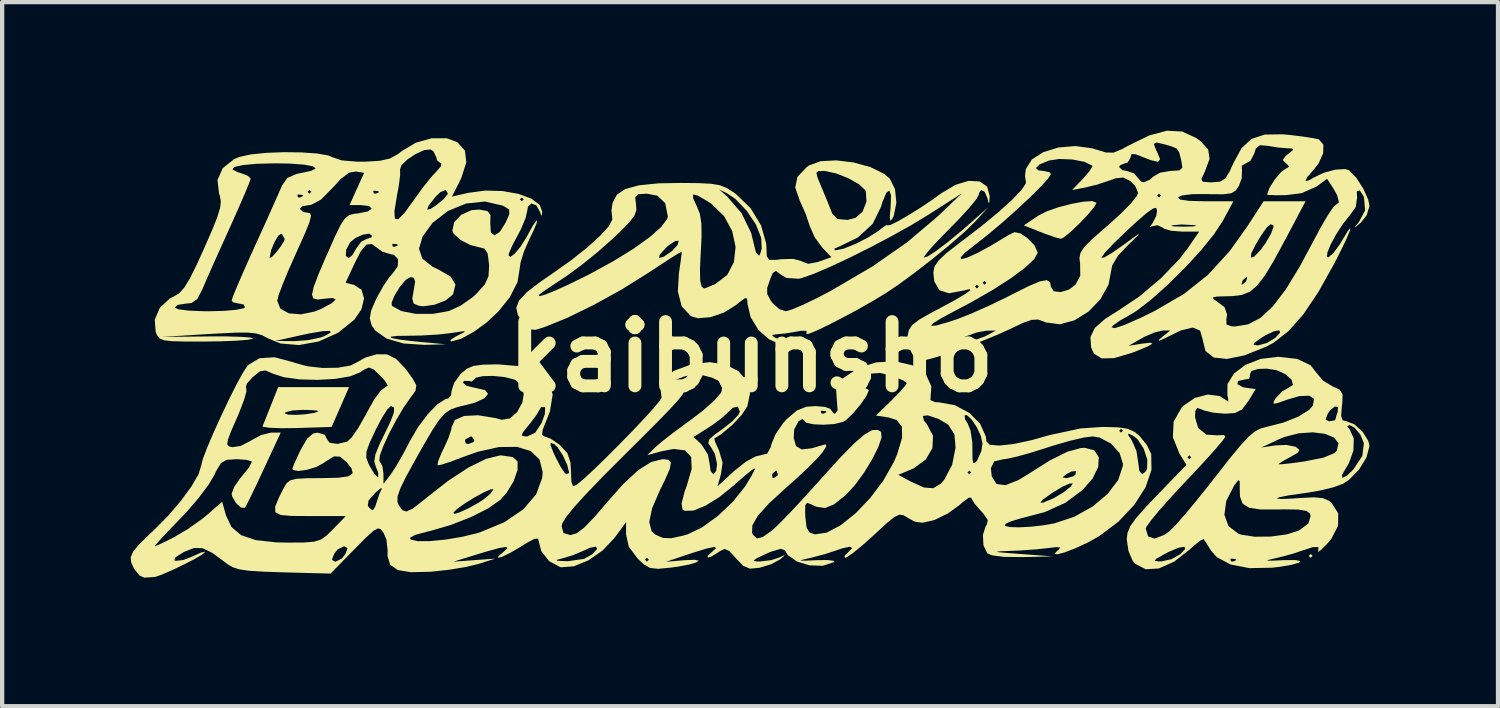
<source format=kicad_pcb>
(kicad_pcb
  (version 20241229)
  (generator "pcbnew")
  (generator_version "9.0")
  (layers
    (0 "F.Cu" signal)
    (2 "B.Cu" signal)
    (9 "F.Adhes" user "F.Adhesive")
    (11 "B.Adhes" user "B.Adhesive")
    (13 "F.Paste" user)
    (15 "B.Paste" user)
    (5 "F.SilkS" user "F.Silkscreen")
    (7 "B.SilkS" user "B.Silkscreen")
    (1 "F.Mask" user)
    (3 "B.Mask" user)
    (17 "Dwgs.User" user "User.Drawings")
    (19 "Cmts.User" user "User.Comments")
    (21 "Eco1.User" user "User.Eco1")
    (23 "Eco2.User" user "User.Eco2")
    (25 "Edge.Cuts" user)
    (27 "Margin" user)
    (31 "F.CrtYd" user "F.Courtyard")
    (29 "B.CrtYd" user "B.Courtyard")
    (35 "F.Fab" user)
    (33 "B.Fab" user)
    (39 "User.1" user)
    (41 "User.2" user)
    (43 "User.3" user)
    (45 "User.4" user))
  (footprint "kaibunsho"
    (layer "F.Cu")
    (at 14.48 5.275)
    (property "Reference" "kaibunsho" (at 0 0 0) (layer "F.SilkS") (effects (font (size 1.5 1.5) (thickness 0.3))))
    (attr board_only exclude_from_pos_files exclude_from_bom)
    (fp_poly (pts (xy 13.098 4.646) (xy 13.054 4.691) (xy 13.01 4.646) (xy 13.054 4.602)) (stroke (width 0) (type solid)) (fill yes) (layer "F.SilkS"))
    (fp_poly (pts (xy 1.121 -0.413) (xy 1.109 -0.36) (xy 1.062 -0.354) (xy 0.989 -0.386) (xy 1.003 -0.413) (xy 1.108 -0.424)) (stroke (width 0) (type solid)) (fill yes) (layer "F.SilkS"))
    (fp_poly (pts (xy 8.052 -3.597) (xy 8.054 -3.589) (xy 7.995 -3.484) (xy 7.846 -3.308) (xy 7.652 -3.104) (xy 7.453 -2.916) (xy 7.293 -2.786) (xy 7.224 -2.753) (xy 7.086 -2.789) (xy 6.855 -2.87) (xy 6.742 -2.914) (xy 6.36 -3.065) (xy 6.698 -3.294) (xy 6.9 -3.396) (xy 7.174 -3.491) (xy 7.472 -3.568) (xy 7.749 -3.619) (xy 7.958 -3.632)) (stroke (width 0) (type solid)) (fill yes) (layer "F.SilkS"))
    (fp_poly (pts (xy -9.588 1.173) (xy -9.791 1.637) (xy -10.613 1.663) (xy -10.965 1.667) (xy -11.234 1.657) (xy -11.385 1.635) (xy -11.403 1.618) (xy -11.355 1.501) (xy -11.282 1.319) (xy -10.886 1.319) (xy -10.809 1.35) (xy -10.625 1.356) (xy -10.4 1.341) (xy -10.2 1.31) (xy -10.097 1.271) (xy -10.153 1.252) (xy -10.338 1.241) (xy -10.473 1.239) (xy -10.715 1.254) (xy -10.864 1.293) (xy -10.886 1.319) (xy -11.282 1.319) (xy -11.266 1.279) (xy -11.206 1.128) (xy -11.039 0.708) (xy -10.212 0.708) (xy -9.385 0.708)) (stroke (width 0) (type solid)) (fill yes) (layer "F.SilkS"))
    (fp_poly (pts (xy 12.738 0.05) (xy 13.049 0.196) (xy 13.194 0.38) (xy 13.342 0.557) (xy 13.559 0.688) (xy 13.731 0.768) (xy 13.798 0.876) (xy 13.792 1.075) (xy 13.783 1.147) (xy 13.764 1.379) (xy 13.8 1.483) (xy 13.888 1.505) (xy 14.075 1.577) (xy 14.265 1.751) (xy 14.398 1.962) (xy 14.425 2.085) (xy 14.356 2.348) (xy 14.181 2.633) (xy 13.945 2.874) (xy 13.81 2.963) (xy 13.583 3.046) (xy 13.253 3.125) (xy 12.913 3.181) (xy 12.541 3.234) (xy 12.322 3.277) (xy 12.262 3.307) (xy 12.366 3.319) (xy 12.637 3.308) (xy 12.785 3.297) (xy 13.124 3.279) (xy 13.34 3.299) (xy 13.486 3.364) (xy 13.542 3.409) (xy 13.696 3.653) (xy 13.693 3.943) (xy 13.534 4.252) (xy 13.445 4.357) (xy 13.297 4.505) (xy 13.225 4.556) (xy 13.229 4.536) (xy 13.235 4.442) (xy 13.106 4.441) (xy 12.861 4.521) (xy 12.604 4.605) (xy 12.3 4.685) (xy 12.257 4.695) (xy 12.077 4.737) (xy 12.038 4.757) (xy 12.152 4.758) (xy 12.42 4.746) (xy 12.695 4.743) (xy 12.809 4.766) (xy 12.776 4.806) (xy 12.608 4.855) (xy 12.319 4.903) (xy 12.154 4.922) (xy 11.624 4.932) (xy 11.185 4.847) (xy 10.946 4.72) (xy 11.181 4.72) (xy 11.193 4.773) (xy 11.24 4.779) (xy 11.313 4.747) (xy 11.299 4.72) (xy 11.194 4.71) (xy 11.181 4.72) (xy 10.946 4.72) (xy 10.863 4.676) (xy 10.735 4.532) (xy 10.623 4.354) (xy 10.558 4.255) (xy 10.557 4.254) (xy 10.483 4.285) (xy 10.328 4.409) (xy 10.243 4.487) (xy 9.867 4.781) (xy 9.513 4.939) (xy 9.204 4.958) (xy 8.961 4.832) (xy 8.899 4.759) (xy 8.899 4.759) (xy 9.412 4.759) (xy 9.501 4.774) (xy 9.571 4.775) (xy 9.81 4.722) (xy 10.013 4.605) (xy 10.128 4.482) (xy 10.105 4.433) (xy 9.966 4.457) (xy 9.736 4.555) (xy 9.647 4.602) (xy 9.456 4.71) (xy 9.412 4.759) (xy 8.899 4.759) (xy 8.802 4.53) (xy 8.762 4.262) (xy 8.779 4.109) (xy 8.822 4.008) (xy 9.204 4.008) (xy 9.26 4.191) (xy 9.412 4.242) (xy 9.638 4.156) (xy 9.755 4.074) (xy 9.886 3.945) (xy 10.098 3.704) (xy 10.112 3.688) (xy 11.04 3.688) (xy 11.135 3.951) (xy 11.366 4.128) (xy 11.435 4.152) (xy 11.745 4.199) (xy 12.127 4.195) (xy 12.499 4.144) (xy 12.78 4.054) (xy 12.782 4.053) (xy 13.001 3.89) (xy 13.052 3.715) (xy 13.037 3.66) (xy 12.957 3.597) (xy 12.762 3.565) (xy 12.426 3.56) (xy 12.298 3.563) (xy 11.884 3.563) (xy 11.616 3.523) (xy 11.466 3.428) (xy 11.404 3.263) (xy 11.398 3.09) (xy 11.398 2.904) (xy 11.366 2.877) (xy 11.278 2.991) (xy 11.271 3) (xy 11.084 3.362) (xy 11.04 3.688) (xy 10.112 3.688) (xy 10.369 3.38) (xy 10.672 3.003) (xy 10.83 2.801) (xy 10.862 2.76) (xy 13.783 2.76) (xy 13.795 2.827) (xy 13.906 2.768) (xy 14.046 2.633) (xy 14.258 2.315) (xy 14.295 2.017) (xy 14.21 1.81) (xy 14.075 1.653) (xy 13.964 1.593) (xy 13.906 1.622) (xy 13.966 1.699) (xy 14.059 1.905) (xy 14.051 2.187) (xy 13.947 2.481) (xy 13.889 2.575) (xy 13.783 2.76) (xy 10.862 2.76) (xy 11.162 2.377) (xy 11.376 2.118) (xy 11.903 2.118) (xy 12.228 2.068) (xy 12.487 2.057) (xy 12.69 2.097) (xy 12.708 2.105) (xy 12.792 2.173) (xy 12.751 2.241) (xy 12.582 2.337) (xy 12.398 2.439) (xy 12.304 2.503) (xy 12.302 2.508) (xy 12.382 2.508) (xy 12.593 2.485) (xy 12.893 2.444) (xy 12.935 2.437) (xy 13.355 2.353) (xy 13.602 2.25) (xy 13.663 2.191) (xy 13.702 2.018) (xy 13.599 1.885) (xy 13.388 1.798) (xy 13.102 1.763) (xy 12.773 1.786) (xy 12.435 1.873) (xy 12.302 1.929) (xy 11.903 2.118) (xy 11.376 2.118) (xy 11.412 2.074) (xy 11.6 1.87) (xy 11.75 1.744) (xy 11.883 1.674) (xy 12.008 1.64) (xy 12.416 1.536) (xy 12.597 1.464) (xy 13.403 1.464) (xy 13.474 1.504) (xy 13.493 1.505) (xy 13.613 1.485) (xy 13.629 1.468) (xy 13.657 1.363) (xy 13.683 1.291) (xy 13.691 1.172) (xy 13.615 1.161) (xy 13.505 1.249) (xy 13.452 1.328) (xy 13.403 1.464) (xy 12.597 1.464) (xy 12.769 1.395) (xy 13.019 1.238) (xy 13.105 1.139) (xy 13.132 0.983) (xy 13.02 0.908) (xy 12.789 0.918) (xy 12.513 0.998) (xy 12.283 1.08) (xy 12.187 1.096) (xy 12.193 1.042) (xy 12.238 0.967) (xy 12.39 0.806) (xy 12.501 0.745) (xy 12.639 0.657) (xy 12.607 0.531) (xy 12.459 0.403) (xy 12.264 0.315) (xy 12.034 0.277) (xy 11.82 0.284) (xy 11.669 0.335) (xy 11.631 0.426) (xy 11.644 0.452) (xy 11.612 0.514) (xy 11.51 0.531) (xy 11.355 0.566) (xy 11.346 0.641) (xy 11.473 0.71) (xy 11.55 0.724) (xy 11.771 0.752) (xy 11.595 1.04) (xy 11.452 1.231) (xy 11.285 1.312) (xy 11.058 1.328) (xy 10.782 1.305) (xy 10.558 1.251) (xy 10.526 1.236) (xy 10.406 1.193) (xy 10.361 1.268) (xy 10.355 1.41) (xy 10.429 1.663) (xy 10.62 1.817) (xy 10.88 1.834) (xy 10.895 1.831) (xy 11.031 1.827) (xy 11.063 1.863) (xy 11.005 1.95) (xy 10.844 2.141) (xy 10.603 2.41) (xy 10.303 2.734) (xy 10.133 2.912) (xy 9.81 3.259) (xy 9.535 3.568) (xy 9.331 3.813) (xy 9.219 3.97) (xy 9.204 4.008) (xy 8.822 4.008) (xy 8.845 3.952) (xy 8.982 3.761) (xy 9.21 3.503) (xy 9.458 3.242) (xy 10.155 2.522) (xy 10.045 2.345) (xy 10.178 2.345) (xy 10.222 2.39) (xy 10.266 2.345) (xy 10.222 2.301) (xy 10.178 2.345) (xy 10.045 2.345) (xy 9.99 2.257) (xy 9.838 1.876) (xy 9.856 1.513) (xy 10.043 1.185) (xy 10.082 1.144) (xy 10.352 0.96) (xy 10.654 0.881) (xy 10.928 0.916) (xy 11.055 0.996) (xy 11.132 1.049) (xy 11.127 0.965) (xy 11.11 0.903) (xy 11.112 0.638) (xy 11.262 0.392) (xy 11.529 0.189) (xy 11.884 0.05) (xy 12.293 0)) (stroke (width 0) (type solid)) (fill yes) (layer "F.SilkS"))
    (fp_poly (pts (xy 2.388 -4.534) (xy 2.781 -4.426) (xy 3.102 -4.268) (xy 3.233 -4.156) (xy 3.354 -3.912) (xy 3.386 -3.595) (xy 3.325 -3.289) (xy 3.292 -3.221) (xy 3.244 -3.169) (xy 3.232 -3.267) (xy 3.251 -3.479) (xy 3.262 -3.762) (xy 3.224 -3.878) (xy 3.151 -3.827) (xy 3.06 -3.607) (xy 3.029 -3.502) (xy 2.834 -3.103) (xy 2.489 -2.785) (xy 2.08 -2.585) (xy 1.937 -2.521) (xy 1.951 -2.487) (xy 1.973 -2.485) (xy 2.159 -2.524) (xy 2.429 -2.632) (xy 2.718 -2.779) (xy 2.964 -2.935) (xy 3.031 -2.989) (xy 3.149 -3.072) (xy 3.186 -3.068) (xy 3.253 -3.078) (xy 3.428 -3.165) (xy 3.675 -3.308) (xy 3.956 -3.483) (xy 4.233 -3.669) (xy 4.425 -3.809) (xy 4.761 -4.011) (xy 5.072 -4.105) (xy 5.33 -4.091) (xy 5.504 -3.973) (xy 5.564 -3.75) (xy 5.564 -3.736) (xy 5.552 -3.585) (xy 5.533 -3.602) (xy 5.513 -3.695) (xy 5.449 -3.846) (xy 5.365 -3.894) (xy 5.313 -3.819) (xy 5.31 -3.781) (xy 5.251 -3.675) (xy 5.09 -3.478) (xy 4.854 -3.221) (xy 4.649 -3.012) (xy 4.381 -2.739) (xy 4.173 -2.514) (xy 4.05 -2.363) (xy 4.027 -2.316) (xy 4.118 -2.342) (xy 4.315 -2.47) (xy 4.593 -2.681) (xy 4.927 -2.957) (xy 5.133 -3.137) (xy 5.531 -3.49) (xy 5.222 -3.152) (xy 4.98 -2.916) (xy 4.634 -2.615) (xy 4.229 -2.283) (xy 3.807 -1.956) (xy 3.412 -1.667) (xy 3.127 -1.477) (xy 2.818 -1.291) (xy 2.473 -1.096) (xy 2.122 -0.908) (xy 1.797 -0.741) (xy 1.528 -0.612) (xy 1.347 -0.537) (xy 1.285 -0.532) (xy 1.287 -0.537) (xy 1.292 -0.605) (xy 1.165 -0.607) (xy 1.065 -0.589) (xy 0.801 -0.545) (xy 0.586 -0.524) (xy 0.483 -0.509) (xy 0.525 -0.463) (xy 0.664 -0.395) (xy 0.805 -0.315) (xy 0.814 -0.275) (xy 0.797 -0.273) (xy 0.627 -0.313) (xy 0.421 -0.404) (xy 0.17 -0.621) (xy -0.016 -0.927) (xy -0.089 -1.242) (xy -0.096 -1.357) (xy -0.146 -1.369) (xy -0.276 -1.273) (xy -0.357 -1.206) (xy -0.637 -1.031) (xy -0.953 -0.924) (xy -1.242 -0.899) (xy -1.408 -0.947) (xy -1.623 -1.177) (xy -1.713 -1.525) (xy -1.688 -1.953) (xy -1.648 -2.22) (xy -1.626 -2.402) (xy -1.626 -2.45) (xy -1.701 -2.411) (xy -1.891 -2.293) (xy -2.165 -2.115) (xy -2.403 -1.958) (xy -3.017 -1.574) (xy -3.666 -1.215) (xy -4.292 -0.909) (xy -4.81 -0.698) (xy -5.034 -0.629) (xy -5.167 -0.638) (xy -5.28 -0.738) (xy -5.319 -0.785) (xy -5.446 -0.974) (xy -5.484 -1.143) (xy -5.419 -1.313) (xy -5.292 -1.447) (xy -4.951 -1.447) (xy -4.944 -1.414) (xy -4.803 -1.452) (xy -4.552 -1.554) (xy -4.214 -1.709) (xy -3.812 -1.908) (xy -3.775 -1.926) (xy -3.228 -2.225) (xy -3.097 -2.305) (xy -2.149 -2.305) (xy -2.041 -2.335) (xy -1.856 -2.462) (xy -1.723 -2.603) (xy -1.691 -2.706) (xy -1.769 -2.704) (xy -1.924 -2.602) (xy -1.99 -2.544) (xy -2.139 -2.379) (xy -2.149 -2.305) (xy -3.097 -2.305) (xy -2.752 -2.518) (xy -2.369 -2.792) (xy -2.098 -3.032) (xy -1.96 -3.221) (xy -1.947 -3.28) (xy -2.008 -3.584) (xy -2.19 -3.759) (xy -2.34 -3.788) (xy -1.359 -3.788) (xy -1.356 -3.699) (xy -1.274 -3.521) (xy -1.199 -3.334) (xy -1.163 -3.104) (xy -1.16 -2.783) (xy -1.177 -2.468) (xy -1.197 -2.047) (xy -1.192 -1.778) (xy -1.158 -1.634) (xy -1.096 -1.593) (xy -1.069 -1.603) (xy 0.371 -1.603) (xy 0.373 -1.462) (xy 0.456 -1.31) (xy 0.492 -1.259) (xy 0.656 -1.11) (xy 0.804 -1.062) (xy 0.949 -1.103) (xy 1.209 -1.213) (xy 1.546 -1.376) (xy 1.865 -1.544) (xy 2.824 -2.105) (xy 3.64 -2.674) (xy 4.346 -3.272) (xy 4.406 -3.328) (xy 4.912 -3.812) (xy 4.139 -3.318) (xy 3.74 -3.075) (xy 3.274 -2.815) (xy 2.778 -2.553) (xy 2.285 -2.307) (xy 1.83 -2.094) (xy 1.447 -1.931) (xy 1.171 -1.835) (xy 1.11 -1.821) (xy 0.822 -1.839) (xy 0.692 -1.917) (xy 0.575 -2.002) (xy 0.503 -1.956) (xy 0.445 -1.82) (xy 0.371 -1.603) (xy -1.069 -1.603) (xy -1.006 -1.626) (xy -0.838 -1.699) (xy -0.56 -1.91) (xy -0.404 -2.211) (xy -0.366 -2.563) (xy -0.444 -2.932) (xy -0.635 -3.281) (xy -0.934 -3.573) (xy -1.011 -3.624) (xy -1.249 -3.761) (xy -1.359 -3.788) (xy -2.34 -3.788) (xy -2.435 -3.806) (xy -2.637 -3.793) (xy -2.707 -3.728) (xy -2.691 -3.565) (xy -2.689 -3.557) (xy -2.68 -3.425) (xy -2.726 -3.295) (xy -2.848 -3.134) (xy -3.07 -2.908) (xy -3.24 -2.748) (xy -3.586 -2.442) (xy -3.965 -2.137) (xy -4.305 -1.887) (xy -4.37 -1.844) (xy -4.639 -1.667) (xy -4.846 -1.526) (xy -4.949 -1.449) (xy -4.951 -1.447) (xy -5.292 -1.447) (xy -5.237 -1.507) (xy -4.923 -1.748) (xy -4.602 -1.969) (xy -4.188 -2.263) (xy -3.822 -2.555) (xy -3.527 -2.823) (xy -3.325 -3.045) (xy -3.242 -3.2) (xy -3.244 -3.234) (xy -3.262 -3.415) (xy -3.237 -3.59) (xy -3.138 -3.779) (xy -2.952 -3.906) (xy -0.752 -3.906) (xy -0.567 -3.745) (xy -0.227 -3.352) (xy -0.002 -2.889) (xy 0.053 -2.662) (xy 0.111 -2.427) (xy 0.179 -2.363) (xy 0.2 -2.377) (xy 0.244 -2.518) (xy 0.234 -2.748) (xy 0.228 -2.783) (xy 0.109 -3.087) (xy -0.109 -3.411) (xy -0.374 -3.686) (xy -0.565 -3.815) (xy -0.752 -3.906) (xy -2.952 -3.906) (xy -2.94 -3.914) (xy -2.622 -4.001) (xy -2.165 -4.047) (xy -1.653 -4.056) (xy -1.228 -4.052) (xy -0.935 -4.037) (xy -0.731 -4.002) (xy -0.572 -3.938) (xy -0.413 -3.838) (xy -0.357 -3.797) (xy -0.017 -3.469) (xy 0.229 -3.065) (xy 0.348 -2.645) (xy 0.354 -2.534) (xy 0.363 -2.341) (xy 0.422 -2.262) (xy 0.582 -2.261) (xy 0.707 -2.277) (xy 0.977 -2.284) (xy 1.165 -2.235) (xy 1.181 -2.224) (xy 1.329 -2.169) (xy 1.559 -2.214) (xy 1.586 -2.223) (xy 1.871 -2.323) (xy 1.65 -2.555) (xy 1.477 -2.794) (xy 1.366 -3.047) (xy 1.364 -3.053) (xy 1.278 -3.312) (xy 1.152 -3.601) (xy 1.13 -3.645) (xy 1.026 -3.95) (xy 1.078 -4.198) (xy 1.172 -4.297) (xy 1.52 -4.297) (xy 1.543 -4.188) (xy 1.635 -3.965) (xy 1.67 -3.883) (xy 1.78 -3.617) (xy 1.867 -3.399) (xy 1.888 -3.341) (xy 2.016 -3.214) (xy 2.246 -3.193) (xy 2.433 -3.242) (xy 2.598 -3.387) (xy 2.688 -3.619) (xy 2.674 -3.852) (xy 2.658 -3.889) (xy 2.516 -4.025) (xy 2.267 -4.166) (xy 1.98 -4.279) (xy 1.72 -4.335) (xy 1.68 -4.337) (xy 1.565 -4.333) (xy 1.52 -4.297) (xy 1.172 -4.297) (xy 1.293 -4.425) (xy 1.348 -4.465) (xy 1.616 -4.563) (xy 1.981 -4.583)) (stroke (width 0) (type solid)) (fill yes) (layer "F.SilkS"))
    (fp_poly (pts (xy -7.102 -5.098) (xy -6.859 -5.008) (xy -6.681 -4.811) (xy -6.649 -4.538) (xy -6.763 -4.178) (xy -6.811 -4.078) (xy -6.985 -3.737) (xy -6.612 -3.824) (xy -6.21 -3.878) (xy -5.804 -3.867) (xy -5.432 -3.801) (xy -5.129 -3.689) (xy -4.933 -3.54) (xy -4.878 -3.383) (xy -4.891 -3.28) (xy -4.92 -3.351) (xy -4.927 -3.378) (xy -5.015 -3.533) (xy -5.129 -3.578) (xy -5.211 -3.503) (xy -5.223 -3.427) (xy -5.266 -3.235) (xy -5.376 -2.974) (xy -5.444 -2.845) (xy -5.572 -2.605) (xy -5.651 -2.423) (xy -5.664 -2.37) (xy -5.623 -2.327) (xy -5.52 -2.404) (xy -5.383 -2.57) (xy -5.242 -2.794) (xy -5.213 -2.848) (xy -5.099 -3.055) (xy -5.014 -3.174) (xy -4.997 -3.186) (xy -5.009 -3.115) (xy -5.086 -2.932) (xy -5.176 -2.746) (xy -5.302 -2.459) (xy -5.383 -2.2) (xy -5.399 -2.088) (xy -5.454 -1.742) (xy -5.633 -1.392) (xy -5.898 -1.06) (xy -6.169 -0.804) (xy -6.476 -0.581) (xy -6.768 -0.421) (xy -6.996 -0.358) (xy -7.01 -0.358) (xy -7.02 -0.392) (xy -6.897 -0.472) (xy -6.859 -0.491) (xy -6.705 -0.569) (xy -6.684 -0.597) (xy -6.811 -0.584) (xy -6.992 -0.555) (xy -7.31 -0.519) (xy -7.699 -0.496) (xy -7.94 -0.492) (xy -8.264 -0.487) (xy -8.415 -0.468) (xy -8.397 -0.438) (xy -8.214 -0.402) (xy -7.87 -0.361) (xy -7.764 -0.35) (xy -7.124 -0.291) (xy -7.636 -0.278) (xy -8.12 -0.311) (xy -8.511 -0.426) (xy -8.778 -0.614) (xy -8.858 -0.734) (xy -8.901 -0.893) (xy -8.872 -1.073) (xy -8.788 -1.268) (xy -8.391 -1.268) (xy -8.386 -1.188) (xy -8.16 -1.065) (xy -7.822 -1.001) (xy -7.429 -1.001) (xy -7.056 -1.067) (xy -6.787 -1.189) (xy -6.504 -1.387) (xy -6.411 -1.472) (xy -6.217 -1.689) (xy -6.131 -1.879) (xy -6.117 -2.12) (xy -6.119 -2.157) (xy -6.15 -2.407) (xy -6.223 -2.522) (xy -6.298 -2.543) (xy -6.55 -2.605) (xy -6.788 -2.728) (xy -6.946 -2.875) (xy -6.974 -2.938) (xy -6.933 -3.139) (xy -6.767 -3.313) (xy -6.528 -3.421) (xy -6.345 -3.435) (xy -6.152 -3.399) (xy -6.085 -3.303) (xy -6.09 -3.12) (xy -6.076 -2.902) (xy -5.993 -2.833) (xy -5.869 -2.912) (xy -5.731 -3.131) (xy -5.645 -3.329) (xy -5.649 -3.433) (xy -5.757 -3.505) (xy -5.808 -3.529) (xy -6.215 -3.623) (xy -6.652 -3.576) (xy -7.074 -3.404) (xy -7.437 -3.125) (xy -7.669 -2.806) (xy -7.753 -2.524) (xy -7.678 -2.293) (xy -7.437 -2.101) (xy -7.293 -2.032) (xy -7.013 -1.869) (xy -6.902 -1.686) (xy -6.955 -1.473) (xy -6.973 -1.444) (xy -7.134 -1.314) (xy -7.387 -1.216) (xy -7.648 -1.178) (xy -7.753 -1.189) (xy -7.878 -1.243) (xy -7.91 -1.355) (xy -7.877 -1.548) (xy -7.843 -1.757) (xy -7.878 -1.844) (xy -7.958 -1.859) (xy -8.066 -1.792) (xy -8.199 -1.632) (xy -8.32 -1.438) (xy -8.391 -1.268) (xy -8.788 -1.268) (xy -8.759 -1.334) (xy -8.733 -1.386) (xy -8.583 -1.654) (xy -8.439 -1.865) (xy -8.37 -1.941) (xy -8.251 -2.107) (xy -8.24 -2.273) (xy -8.335 -2.378) (xy -8.401 -2.39) (xy -8.604 -2.45) (xy -8.705 -2.522) (xy -8.845 -2.626) (xy -8.378 -2.626) (xy -8.366 -2.573) (xy -8.319 -2.567) (xy -8.246 -2.599) (xy -8.26 -2.626) (xy -8.365 -2.636) (xy -8.378 -2.626) (xy -8.845 -2.626) (xy -8.854 -2.633) (xy -8.982 -2.617) (xy -9.113 -2.459) (xy -9.251 -2.19) (xy -9.467 -1.726) (xy -9.269 -1.678) (xy -9.092 -1.562) (xy -9.035 -1.358) (xy -9.097 -1.105) (xy -9.264 -0.864) (xy -9.643 -0.559) (xy -10.088 -0.359) (xy -10.551 -0.273) (xy -10.988 -0.311) (xy -11.129 -0.369) (xy -11.107 -0.369) (xy -10.664 -0.365) (xy -10.342 -0.388) (xy -10.047 -0.45) (xy -9.956 -0.484) (xy -9.812 -0.566) (xy -9.828 -0.604) (xy -9.995 -0.598) (xy -10.301 -0.547) (xy -10.576 -0.488) (xy -11.107 -0.369) (xy -11.129 -0.369) (xy -11.284 -0.433) (xy -11.412 -0.502) (xy -11.556 -0.545) (xy -11.751 -0.564) (xy -12.035 -0.563) (xy -12.444 -0.543) (xy -12.656 -0.531) (xy -13.762 -0.463) (xy -12.642 -0.475) (xy -12.231 -0.475) (xy -11.904 -0.465) (xy -11.691 -0.449) (xy -11.619 -0.426) (xy -11.624 -0.422) (xy -11.749 -0.396) (xy -12.011 -0.375) (xy -12.373 -0.361) (xy -12.769 -0.355) (xy -13.212 -0.356) (xy -13.51 -0.363) (xy -13.696 -0.384) (xy -13.801 -0.425) (xy -13.859 -0.491) (xy -13.897 -0.58) (xy -13.919 -0.866) (xy -13.799 -1.145) (xy -13.793 -1.151) (xy -13.452 -1.151) (xy -13.369 -1.108) (xy -13.138 -1.078) (xy -12.789 -1.063) (xy -12.661 -1.062) (xy -12.303 -1.071) (xy -12.016 -1.096) (xy -11.844 -1.132) (xy -11.815 -1.151) (xy -11.842 -1.22) (xy -11.943 -1.239) (xy -12.089 -1.27) (xy -12.12 -1.31) (xy -11.061 -1.31) (xy -10.989 -1.124) (xy -10.792 -1.014) (xy -10.511 -0.99) (xy -10.183 -1.057) (xy -10.035 -1.117) (xy -9.787 -1.251) (xy -9.697 -1.338) (xy -9.768 -1.372) (xy -9.954 -1.355) (xy -10.119 -1.336) (xy -10.218 -1.36) (xy -10.25 -1.448) (xy -10.212 -1.623) (xy -10.105 -1.91) (xy -9.926 -2.329) (xy -9.914 -2.355) (xy -9.461 -2.355) (xy -9.395 -2.301) (xy -9.308 -2.372) (xy -9.22 -2.522) (xy -9.102 -2.686) (xy -8.985 -2.744) (xy -8.866 -2.786) (xy -8.85 -2.824) (xy -8.915 -2.873) (xy -9.066 -2.849) (xy -9.238 -2.771) (xy -9.359 -2.671) (xy -9.451 -2.5) (xy -9.461 -2.355) (xy -9.914 -2.355) (xy -9.878 -2.436) (xy -9.706 -2.824) (xy -9.581 -3.078) (xy -9.481 -3.229) (xy -9.382 -3.306) (xy -9.263 -3.337) (xy -9.17 -3.346) (xy -8.944 -3.392) (xy -8.939 -3.395) (xy -8.327 -3.395) (xy -8.317 -3.222) (xy -8.238 -3.21) (xy -8.089 -3.359) (xy -8.035 -3.433) (xy -7.565 -3.433) (xy -7.482 -3.451) (xy -7.362 -3.529) (xy -7.186 -3.673) (xy -5.399 -3.673) (xy -5.354 -3.629) (xy -5.31 -3.673) (xy -5.354 -3.717) (xy -5.399 -3.673) (xy -7.186 -3.673) (xy -7.181 -3.676) (xy -7.085 -3.793) (xy -7.08 -3.812) (xy -7.13 -3.891) (xy -7.253 -3.843) (xy -7.363 -3.739) (xy -7.526 -3.531) (xy -7.565 -3.433) (xy -8.035 -3.433) (xy -7.877 -3.652) (xy -7.673 -3.936) (xy -7.472 -4.188) (xy -7.355 -4.314) (xy -7.24 -4.446) (xy -7.233 -4.512) (xy -7.244 -4.514) (xy -7.334 -4.585) (xy -7.346 -4.649) (xy -7.417 -4.796) (xy -7.48 -4.836) (xy -7.627 -4.824) (xy -7.827 -4.733) (xy -8.026 -4.602) (xy -8.165 -4.466) (xy -8.195 -4.373) (xy -8.193 -4.24) (xy -8.224 -3.993) (xy -8.272 -3.731) (xy -8.327 -3.395) (xy -8.939 -3.395) (xy -8.857 -3.458) (xy -8.918 -3.517) (xy -9.111 -3.54) (xy -9.373 -3.54) (xy -9.227 -3.865) (xy -8.821 -3.865) (xy -8.809 -3.812) (xy -8.762 -3.806) (xy -8.689 -3.838) (xy -8.703 -3.865) (xy -8.808 -3.875) (xy -8.821 -3.865) (xy -9.227 -3.865) (xy -9.203 -3.916) (xy -9.034 -4.292) (xy -9.227 -4.323) (xy -9.388 -4.295) (xy -9.581 -4.147) (xy -9.764 -3.947) (xy -10.042 -3.666) (xy -10.267 -3.546) (xy -10.32 -3.54) (xy -10.482 -3.509) (xy -10.532 -3.452) (xy -10.458 -3.379) (xy -10.36 -3.363) (xy -10.293 -3.348) (xy -10.273 -3.286) (xy -10.305 -3.151) (xy -10.398 -2.916) (xy -10.558 -2.557) (xy -10.624 -2.412) (xy -10.796 -2.025) (xy -10.936 -1.686) (xy -11.03 -1.434) (xy -11.061 -1.31) (xy -12.12 -1.31) (xy -12.125 -1.315) (xy -12.09 -1.419) (xy -11.994 -1.653) (xy -11.849 -1.986) (xy -11.698 -2.326) (xy -11.237 -2.326) (xy -11.237 -2.31) (xy -11.192 -2.322) (xy -11.092 -2.428) (xy -10.981 -2.572) (xy -10.901 -2.702) (xy -10.886 -2.748) (xy -10.949 -2.859) (xy -10.966 -2.871) (xy -11.035 -2.827) (xy -11.124 -2.679) (xy -11.202 -2.49) (xy -11.237 -2.326) (xy -11.698 -2.326) (xy -11.67 -2.389) (xy -11.585 -2.576) (xy -11.385 -3.017) (xy -11.205 -3.417) (xy -11.06 -3.742) (xy -11.045 -3.776) (xy -10.591 -3.776) (xy -10.579 -3.723) (xy -10.532 -3.717) (xy -10.459 -3.749) (xy -10.473 -3.776) (xy -10.578 -3.787) (xy -10.591 -3.776) (xy -11.045 -3.776) (xy -11.013 -3.85) (xy -10.355 -3.85) (xy -10.31 -3.806) (xy -10.266 -3.85) (xy -10.31 -3.894) (xy -10.355 -3.85) (xy -11.013 -3.85) (xy -10.967 -3.954) (xy -10.949 -3.996) (xy -10.825 -4.174) (xy -10.605 -4.268) (xy -10.516 -4.285) (xy -10.258 -4.341) (xy -10.166 -4.395) (xy -10.228 -4.444) (xy -10.432 -4.483) (xy -10.769 -4.508) (xy -11.102 -4.514) (xy -11.542 -4.503) (xy -11.865 -4.473) (xy -12.058 -4.429) (xy -12.106 -4.374) (xy -11.997 -4.311) (xy -11.907 -4.285) (xy -11.74 -4.219) (xy -11.682 -4.156) (xy -11.717 -4.052) (xy -11.812 -3.82) (xy -11.955 -3.49) (xy -12.13 -3.096) (xy -12.177 -2.993) (xy -12.374 -2.557) (xy -12.557 -2.15) (xy -12.706 -1.813) (xy -12.802 -1.589) (xy -12.81 -1.571) (xy -12.926 -1.349) (xy -13.06 -1.255) (xy -13.2 -1.239) (xy -13.381 -1.212) (xy -13.452 -1.151) (xy -13.793 -1.151) (xy -13.566 -1.361) (xy -13.473 -1.408) (xy -13.35 -1.481) (xy -13.231 -1.613) (xy -13.098 -1.831) (xy -12.933 -2.164) (xy -12.768 -2.527) (xy -12.58 -2.957) (xy -12.459 -3.261) (xy -12.394 -3.473) (xy -12.377 -3.625) (xy -12.399 -3.753) (xy -12.419 -3.81) (xy -12.455 -4.124) (xy -12.332 -4.402) (xy -12.067 -4.612) (xy -11.945 -4.663) (xy -11.682 -4.721) (xy -11.321 -4.758) (xy -10.911 -4.774) (xy -10.501 -4.769) (xy -10.139 -4.744) (xy -9.873 -4.698) (xy -9.777 -4.658) (xy -9.558 -4.583) (xy -9.197 -4.552) (xy -9.017 -4.552) (xy -8.668 -4.573) (xy -8.432 -4.626) (xy -8.243 -4.73) (xy -8.153 -4.8) (xy -7.827 -4.996) (xy -7.456 -5.099)) (stroke (width 0) (type solid)) (fill yes) (layer "F.SilkS"))
    (fp_poly (pts (xy 10.052 -5.256) (xy 10.378 -5.108) (xy 10.485 -5.031) (xy 10.662 -4.836) (xy 10.694 -4.616) (xy 10.587 -4.327) (xy 10.581 -4.314) (xy 10.504 -4.15) (xy 10.535 -4.084) (xy 10.704 -4.071) (xy 10.756 -4.071) (xy 10.937 -4.086) (xy 11.057 -4.156) (xy 11.163 -4.324) (xy 11.25 -4.518) (xy 11.44 -4.867) (xy 11.672 -5.084) (xy 11.981 -5.185) (xy 12.405 -5.191) (xy 12.551 -5.178) (xy 12.868 -5.139) (xy 13.121 -5.1) (xy 13.246 -5.071) (xy 13.35 -4.951) (xy 13.345 -4.748) (xy 13.238 -4.512) (xy 13.143 -4.389) (xy 12.973 -4.19) (xy 12.932 -4.098) (xy 13.02 -4.12) (xy 13.12 -4.179) (xy 13.361 -4.294) (xy 13.631 -4.366) (xy 13.859 -4.38) (xy 13.947 -4.353) (xy 14.115 -4.181) (xy 14.279 -3.927) (xy 14.396 -3.667) (xy 14.426 -3.518) (xy 14.36 -3.303) (xy 14.227 -3.133) (xy 14.092 -3.021) (xy 14.082 -3.027) (xy 14.182 -3.149) (xy 14.324 -3.418) (xy 14.298 -3.713) (xy 14.284 -3.754) (xy 14.196 -3.883) (xy 14.13 -3.859) (xy 14.136 -3.712) (xy 14.104 -3.491) (xy 13.96 -3.292) (xy 13.801 -3.093) (xy 13.649 -2.858) (xy 13.523 -2.626) (xy 13.444 -2.436) (xy 13.433 -2.329) (xy 13.468 -2.32) (xy 13.58 -2.416) (xy 13.725 -2.612) (xy 13.783 -2.706) (xy 13.915 -2.927) (xy 13.976 -3.003) (xy 13.971 -2.952) (xy 13.905 -2.788) (xy 13.783 -2.529) (xy 13.613 -2.191) (xy 13.236 -1.516) (xy 12.885 -0.994) (xy 12.544 -0.606) (xy 12.199 -0.335) (xy 12.022 -0.238) (xy 11.512 -0.034) (xy 11.098 0.051) (xy 10.791 0.017) (xy 10.599 -0.135) (xy 10.563 -0.277) (xy 11.72 -0.277) (xy 11.827 -0.266) (xy 12.032 -0.321) (xy 12.226 -0.44) (xy 12.341 -0.563) (xy 12.323 -0.616) (xy 12.202 -0.597) (xy 12.006 -0.506) (xy 11.903 -0.443) (xy 11.742 -0.327) (xy 11.72 -0.277) (xy 10.563 -0.277) (xy 10.532 -0.403) (xy 10.532 -0.407) (xy 10.473 -0.611) (xy 10.305 -0.682) (xy 10.034 -0.618) (xy 9.926 -0.568) (xy 9.648 -0.43) (xy 9.513 -0.372) (xy 9.507 -0.392) (xy 9.602 -0.474) (xy 9.779 -0.614) (xy 9.602 -0.613) (xy 9.413 -0.569) (xy 9.168 -0.463) (xy 9.116 -0.434) (xy 8.806 -0.256) (xy 9.094 -0.303) (xy 9.312 -0.328) (xy 9.361 -0.306) (xy 9.242 -0.237) (xy 8.953 -0.118) (xy 8.877 -0.09) (xy 8.465 0.032) (xy 8.175 0.038) (xy 7.996 -0.073) (xy 7.929 -0.222) (xy 7.915 -0.461) (xy 8.018 -0.674) (xy 8.035 -0.688) (xy 8.408 -0.688) (xy 8.482 -0.668) (xy 8.704 -0.74) (xy 9.071 -0.902) (xy 9.425 -1.076) (xy 10.096 -1.466) (xy 10.375 -1.687) (xy 11.438 -1.687) (xy 11.451 -1.682) (xy 11.531 -1.744) (xy 11.549 -1.77) (xy 11.572 -1.853) (xy 11.56 -1.859) (xy 11.479 -1.796) (xy 11.461 -1.77) (xy 11.438 -1.687) (xy 10.375 -1.687) (xy 10.661 -1.915) (xy 11.025 -2.314) (xy 11.66 -2.314) (xy 11.737 -2.338) (xy 11.876 -2.481) (xy 12.004 -2.657) (xy 12.13 -2.875) (xy 12.186 -3.031) (xy 12.18 -3.071) (xy 12.117 -3.092) (xy 12.03 -3.019) (xy 11.898 -2.829) (xy 11.778 -2.633) (xy 11.667 -2.412) (xy 11.66 -2.314) (xy 11.025 -2.314) (xy 11.163 -2.465) (xy 11.567 -3.031) (xy 11.956 -3.629) (xy 12.445 -3.629) (xy 12.934 -3.629) (xy 12.466 -2.744) (xy 12.2 -2.253) (xy 11.987 -1.899) (xy 11.805 -1.661) (xy 11.632 -1.516) (xy 11.444 -1.442) (xy 11.22 -1.415) (xy 11.126 -1.413) (xy 10.869 -1.406) (xy 10.766 -1.384) (xy 10.795 -1.339) (xy 10.841 -1.31) (xy 11.045 -1.156) (xy 11.103 -0.985) (xy 11.086 -0.875) (xy 11.088 -0.754) (xy 11.208 -0.711) (xy 11.296 -0.708) (xy 11.593 -0.756) (xy 11.88 -0.906) (xy 12.169 -1.174) (xy 12.473 -1.572) (xy 12.804 -2.115) (xy 13.097 -2.662) (xy 13.285 -3.014) (xy 13.451 -3.299) (xy 13.575 -3.484) (xy 13.633 -3.54) (xy 13.712 -3.601) (xy 13.672 -3.77) (xy 13.577 -3.938) (xy 13.436 -4.153) (xy 13.189 -3.971) (xy 12.84 -3.817) (xy 12.489 -3.773) (xy 12.234 -3.769) (xy 12.069 -3.777) (xy 12.036 -3.786) (xy 12.091 -3.939) (xy 12.218 -4.14) (xy 12.364 -4.312) (xy 12.451 -4.375) (xy 12.554 -4.435) (xy 12.494 -4.504) (xy 12.477 -4.515) (xy 12.402 -4.591) (xy 12.466 -4.683) (xy 12.523 -4.729) (xy 12.645 -4.828) (xy 12.622 -4.86) (xy 12.512 -4.865) (xy 12.284 -4.884) (xy 12.059 -4.921) (xy 11.866 -4.937) (xy 11.773 -4.857) (xy 11.737 -4.744) (xy 11.649 -4.573) (xy 11.542 -4.514) (xy 11.444 -4.455) (xy 11.451 -4.359) (xy 11.445 -4.168) (xy 11.38 -3.99) (xy 11.304 -3.878) (xy 11.2 -3.816) (xy 11.021 -3.792) (xy 10.722 -3.794) (xy 10.64 -3.797) (xy 10.298 -3.795) (xy 10.057 -3.766) (xy 9.96 -3.723) (xy 10.004 -3.669) (xy 10.218 -3.638) (xy 10.576 -3.629) (xy 11.25 -3.629) (xy 11.001 -3.166) (xy 10.795 -2.855) (xy 10.489 -2.478) (xy 10.118 -2.075) (xy 9.721 -1.682) (xy 9.333 -1.335) (xy 8.992 -1.072) (xy 8.828 -0.972) (xy 8.594 -0.839) (xy 8.441 -0.731) (xy 8.408 -0.688) (xy 8.035 -0.688) (xy 8.259 -0.886) (xy 8.533 -1.058) (xy 9.053 -1.405) (xy 9.56 -1.832) (xy 9.993 -2.283) (xy 10.186 -2.534) (xy 10.452 -2.921) (xy 10.054 -2.921) (xy 9.802 -2.94) (xy 9.631 -2.989) (xy 9.599 -3.015) (xy 9.514 -3.053) (xy 9.791 -3.053) (xy 9.891 -3.04) (xy 10.089 -3.036) (xy 10.308 -3.041) (xy 10.39 -3.055) (xy 10.333 -3.072) (xy 10.047 -3.087) (xy 9.846 -3.072) (xy 9.791 -3.053) (xy 9.514 -3.053) (xy 9.479 -3.069) (xy 9.394 -3.054) (xy 9.3 -3.031) (xy 9.353 -3.104) (xy 9.359 -3.11) (xy 9.451 -3.287) (xy 9.47 -3.409) (xy 9.448 -3.475) (xy 9.371 -3.459) (xy 9.219 -3.349) (xy 8.971 -3.133) (xy 8.805 -2.98) (xy 8.457 -2.647) (xy 8.246 -2.424) (xy 8.172 -2.313) (xy 8.234 -2.315) (xy 8.43 -2.432) (xy 8.76 -2.664) (xy 8.939 -2.797) (xy 9.048 -2.871) (xy 9.027 -2.834) (xy 8.879 -2.691) (xy 8.827 -2.643) (xy 8.559 -2.361) (xy 8.422 -2.133) (xy 8.407 -2.055) (xy 8.337 -1.684) (xy 8.147 -1.342) (xy 7.871 -1.056) (xy 7.544 -0.852) (xy 7.201 -0.758) (xy 6.875 -0.801) (xy 6.828 -0.821) (xy 6.692 -0.869) (xy 6.543 -0.861) (xy 6.335 -0.788) (xy 6.025 -0.641) (xy 5.73 -0.508) (xy 5.363 -0.359) (xy 4.967 -0.21) (xy 4.585 -0.076) (xy 4.26 0.027) (xy 4.037 0.083) (xy 3.984 0.089) (xy 3.866 0.032) (xy 3.763 -0.055) (xy 3.66 -0.264) (xy 4.558 -0.264) (xy 4.91 -0.317) (xy 5.202 -0.383) (xy 5.457 -0.477) (xy 5.485 -0.491) (xy 5.708 -0.612) (xy 5.487 -0.609) (xy 5.268 -0.569) (xy 4.993 -0.472) (xy 4.912 -0.435) (xy 4.558 -0.264) (xy 3.66 -0.264) (xy 3.657 -0.27) (xy 3.646 -0.476) (xy 3.676 -0.62) (xy 3.741 -0.72) (xy 4.199 -0.72) (xy 4.318 -0.73) (xy 4.599 -0.81) (xy 4.81 -0.88) (xy 5.121 -1.002) (xy 5.518 -1.178) (xy 5.932 -1.376) (xy 6.078 -1.451) (xy 6.472 -1.648) (xy 6.736 -1.759) (xy 6.896 -1.788) (xy 6.973 -1.74) (xy 6.992 -1.632) (xy 7.059 -1.529) (xy 7.219 -1.509) (xy 7.413 -1.567) (xy 7.565 -1.68) (xy 7.677 -1.891) (xy 7.674 -2.161) (xy 7.658 -2.305) (xy 7.682 -2.426) (xy 7.766 -2.556) (xy 7.933 -2.726) (xy 8.206 -2.967) (xy 8.326 -3.07) (xy 8.617 -3.334) (xy 8.85 -3.57) (xy 8.994 -3.748) (xy 9 -3.761) (xy 9.47 -3.761) (xy 9.514 -3.717) (xy 9.558 -3.761) (xy 9.514 -3.806) (xy 9.47 -3.761) (xy 9 -3.761) (xy 9.027 -3.822) (xy 8.96 -3.985) (xy 8.842 -4.102) (xy 8.679 -4.182) (xy 8.501 -4.164) (xy 8.377 -4.119) (xy 8.08 -4.02) (xy 7.792 -3.949) (xy 7.487 -3.891) (xy 7.742 -4.157) (xy 7.891 -4.329) (xy 7.95 -4.425) (xy 8.585 -4.425) (xy 8.659 -4.354) (xy 8.764 -4.337) (xy 8.935 -4.279) (xy 8.995 -4.204) (xy 9.101 -4.086) (xy 9.159 -4.071) (xy 9.305 -4.133) (xy 9.381 -4.204) (xy 9.541 -4.296) (xy 9.778 -4.336) (xy 9.792 -4.337) (xy 9.992 -4.349) (xy 10.059 -4.413) (xy 10.035 -4.575) (xy 10.034 -4.58) (xy 9.986 -4.768) (xy 9.925 -4.86) (xy 9.789 -4.915) (xy 9.659 -4.953) (xy 9.454 -5) (xy 9.392 -4.964) (xy 9.449 -4.819) (xy 9.477 -4.766) (xy 9.54 -4.605) (xy 9.49 -4.549) (xy 9.311 -4.592) (xy 9.174 -4.646) (xy 8.965 -4.726) (xy 8.873 -4.729) (xy 8.85 -4.657) (xy 8.85 -4.648) (xy 8.78 -4.529) (xy 8.717 -4.514) (xy 8.6 -4.466) (xy 8.585 -4.425) (xy 7.95 -4.425) (xy 7.96 -4.442) (xy 7.959 -4.459) (xy 7.774 -4.549) (xy 7.49 -4.604) (xy 7.184 -4.615) (xy 6.949 -4.58) (xy 6.73 -4.489) (xy 6.643 -4.404) (xy 6.702 -4.348) (xy 6.815 -4.337) (xy 6.959 -4.306) (xy 6.992 -4.263) (xy 6.928 -4.16) (xy 6.756 -3.97) (xy 6.504 -3.72) (xy 6.199 -3.435) (xy 5.87 -3.142) (xy 5.544 -2.867) (xy 5.25 -2.635) (xy 5.222 -2.614) (xy 4.981 -2.423) (xy 4.881 -2.312) (xy 4.907 -2.278) (xy 5.043 -2.315) (xy 5.274 -2.42) (xy 5.586 -2.588) (xy 5.962 -2.815) (xy 5.993 -2.835) (xy 6.145 -2.907) (xy 6.282 -2.879) (xy 6.436 -2.776) (xy 6.604 -2.606) (xy 6.681 -2.44) (xy 6.682 -2.427) (xy 6.605 -2.282) (xy 6.389 -2.078) (xy 6.055 -1.83) (xy 5.625 -1.554) (xy 5.12 -1.265) (xy 4.81 -1.102) (xy 4.445 -0.907) (xy 4.241 -0.78) (xy 4.199 -0.72) (xy 3.741 -0.72) (xy 3.754 -0.739) (xy 3.913 -0.863) (xy 4.186 -1.019) (xy 4.351 -1.106) (xy 4.743 -1.317) (xy 5 -1.469) (xy 5.116 -1.558) (xy 5.085 -1.578) (xy 4.956 -1.545) (xy 4.615 -1.482) (xy 4.389 -1.552) (xy 4.341 -1.637) (xy 5.222 -1.637) (xy 5.266 -1.593) (xy 5.31 -1.637) (xy 5.266 -1.682) (xy 5.222 -1.637) (xy 4.341 -1.637) (xy 4.29 -1.726) (xy 5.399 -1.726) (xy 5.443 -1.682) (xy 5.487 -1.726) (xy 5.443 -1.77) (xy 5.399 -1.726) (xy 4.29 -1.726) (xy 4.271 -1.759) (xy 4.249 -1.966) (xy 4.274 -2.1) (xy 4.365 -2.24) (xy 4.548 -2.414) (xy 4.85 -2.65) (xy 4.933 -2.712) (xy 5.383 -3.057) (xy 5.774 -3.38) (xy 6.088 -3.664) (xy 6.305 -3.891) (xy 6.406 -4.043) (xy 6.407 -4.087) (xy 6.387 -4.229) (xy 6.409 -4.384) (xy 6.549 -4.605) (xy 6.818 -4.776) (xy 7.171 -4.884) (xy 7.565 -4.917) (xy 7.955 -4.864) (xy 8.041 -4.838) (xy 8.28 -4.766) (xy 8.453 -4.764) (xy 8.645 -4.842) (xy 8.787 -4.92) (xy 9.285 -5.164) (xy 9.697 -5.275)) (stroke (width 0) (type solid)) (fill yes) (layer "F.SilkS"))
    (fp_poly (pts (xy -8.501 -0.056) (xy -8.288 0.049) (xy -8.066 0.28) (xy -7.898 0.514) (xy -7.816 0.666) (xy -7.834 0.792) (xy -7.952 0.956) (xy -8.116 1.191) (xy -8.289 1.483) (xy -8.452 1.792) (xy -8.584 2.08) (xy -8.666 2.304) (xy -8.679 2.426) (xy -8.672 2.435) (xy -8.606 2.555) (xy -8.583 2.727) (xy -8.581 2.965) (xy -8.414 2.747) (xy -8.287 2.555) (xy -8.123 2.268) (xy -7.973 1.981) (xy -7.775 1.641) (xy -7.547 1.338) (xy -7.321 1.106) (xy -7.129 0.984) (xy -7.073 0.974) (xy -7.007 0.899) (xy -6.992 0.792) (xy -6.932 0.608) (xy -6.786 0.406) (xy -6.774 0.394) (xy -6.638 0.279) (xy -6.481 0.213) (xy -6.252 0.184) (xy -5.912 0.177) (xy -5.365 0.223) (xy -4.969 0.357) (xy -4.724 0.578) (xy -4.634 0.885) (xy -4.698 1.275) (xy -4.768 1.456) (xy -4.866 1.701) (xy -4.883 1.825) (xy -4.823 1.859) (xy -4.678 1.913) (xy -4.484 2.045) (xy -4.455 2.07) (xy -4.291 2.25) (xy -4.219 2.464) (xy -4.206 2.681) (xy -4.197 2.921) (xy -4.161 3.015) (xy -4.087 2.996) (xy -4.071 2.985) (xy -3.903 2.844) (xy -3.663 2.623) (xy -3.377 2.345) (xy -3.07 2.037) (xy -2.766 1.725) (xy -2.492 1.435) (xy -2.272 1.192) (xy -2.131 1.022) (xy -2.093 0.953) (xy -2.115 0.768) (xy -2.027 0.549) (xy -1.859 0.364) (xy -1.791 0.322) (xy -1.368 0.167) (xy -0.962 0.126) (xy -0.598 0.185) (xy -0.304 0.332) (xy -0.105 0.554) (xy -0.027 0.838) (xy -0.091 1.156) (xy -0.227 1.362) (xy -0.453 1.6) (xy -0.709 1.812) (xy -0.863 1.907) (xy -0.844 1.984) (xy -0.766 2.158) (xy -0.754 2.182) (xy -0.669 2.47) (xy -0.706 2.735) (xy -0.789 3.024) (xy -0.396 2.663) (xy -0.125 2.447) (xy 0.111 2.321) (xy 0.208 2.301) (xy 0.371 2.26) (xy 0.457 2.104) (xy 0.475 2.027) (xy 0.572 1.797) (xy 0.75 1.541) (xy 0.831 1.452) (xy 1.047 1.269) (xy 1.623 1.269) (xy 1.635 1.321) (xy 1.682 1.328) (xy 1.754 1.295) (xy 1.741 1.269) (xy 1.636 1.258) (xy 1.623 1.269) (xy 1.047 1.269) (xy 1.065 1.253) (xy 1.286 1.166) (xy 1.496 1.151) (xy 1.721 1.17) (xy 1.848 1.218) (xy 1.859 1.239) (xy 1.927 1.323) (xy 1.957 1.328) (xy 2.015 1.249) (xy 1.997 1.018) (xy 1.997 1.018) (xy 1.981 0.771) (xy 2.068 0.587) (xy 2.153 0.494) (xy 2.492 0.264) (xy 2.916 0.131) (xy 3.359 0.105) (xy 3.757 0.198) (xy 3.807 0.222) (xy 4.086 0.434) (xy 4.203 0.691) (xy 4.189 0.871) (xy 4.181 1.011) (xy 4.289 1.059) (xy 4.373 1.062) (xy 4.748 1.129) (xy 5.084 1.307) (xy 5.341 1.564) (xy 5.476 1.864) (xy 5.487 1.976) (xy 5.566 2.053) (xy 5.785 2.072) (xy 6.119 2.036) (xy 6.541 1.946) (xy 6.947 1.831) (xy 6.955 1.829) (xy 8.797 1.829) (xy 8.883 1.957) (xy 8.987 2.197) (xy 9.027 2.453) (xy 9.056 2.664) (xy 9.125 2.743) (xy 9.209 2.67) (xy 9.235 2.613) (xy 9.242 2.399) (xy 9.156 2.141) (xy 9.012 1.923) (xy 8.918 1.847) (xy 8.798 1.79) (xy 8.797 1.829) (xy 6.955 1.829) (xy 7.434 1.726) (xy 8.585 1.726) (xy 8.629 1.77) (xy 8.673 1.726) (xy 8.629 1.682) (xy 8.585 1.726) (xy 7.434 1.726) (xy 7.685 1.672) (xy 8.201 1.637) (xy 8.553 1.646) (xy 8.782 1.68) (xy 8.943 1.752) (xy 9.057 1.845) (xy 9.229 2.055) (xy 9.332 2.268) (xy 9.332 2.269) (xy 9.339 2.639) (xy 9.201 3.044) (xy 8.938 3.455) (xy 8.571 3.845) (xy 8.121 4.184) (xy 7.852 4.335) (xy 7.559 4.47) (xy 7.314 4.564) (xy 7.144 4.609) (xy 7.077 4.598) (xy 7.14 4.526) (xy 7.169 4.505) (xy 7.212 4.45) (xy 7.112 4.442) (xy 6.947 4.461) (xy 6.654 4.493) (xy 6.285 4.519) (xy 6.062 4.529) (xy 5.823 4.538) (xy 5.725 4.548) (xy 5.777 4.561) (xy 5.989 4.58) (xy 6.284 4.602) (xy 7.036 4.658) (xy 6.323 4.674) (xy 5.897 4.669) (xy 5.615 4.633) (xy 5.505 4.584) (xy 5.418 4.399) (xy 5.406 4.156) (xy 5.47 3.952) (xy 5.494 3.923) (xy 5.519 3.811) (xy 5.404 3.643) (xy 5.361 3.599) (xy 5.21 3.427) (xy 5.198 3.406) (xy 6.743 3.406) (xy 6.815 3.402) (xy 7.047 3.305) (xy 7.284 3.165) (xy 7.462 3.023) (xy 7.502 2.955) (xy 7.427 2.959) (xy 7.258 3.034) (xy 7.018 3.179) (xy 7.016 3.18) (xy 6.804 3.333) (xy 6.743 3.406) (xy 5.198 3.406) (xy 5.135 3.3) (xy 5.133 3.287) (xy 5.077 3.289) (xy 4.936 3.391) (xy 4.859 3.459) (xy 4.59 3.655) (xy 4.287 3.803) (xy 4.244 3.817) (xy 3.993 3.873) (xy 3.813 3.847) (xy 3.672 3.769) (xy 3.558 3.701) (xy 3.461 3.684) (xy 3.345 3.735) (xy 3.176 3.87) (xy 2.918 4.107) (xy 2.868 4.154) (xy 2.6 4.394) (xy 2.374 4.579) (xy 2.224 4.68) (xy 2.192 4.691) (xy 2.173 4.648) (xy 2.262 4.561) (xy 2.355 4.463) (xy 2.302 4.432) (xy 2.121 4.47) (xy 1.975 4.521) (xy 1.718 4.605) (xy 1.414 4.685) (xy 1.372 4.695) (xy 1.19 4.737) (xy 1.15 4.757) (xy 1.263 4.758) (xy 1.531 4.746) (xy 1.788 4.743) (xy 1.927 4.762) (xy 1.929 4.792) (xy 1.669 4.877) (xy 1.362 4.867) (xy 1.069 4.779) (xy 0.85 4.626) (xy 0.781 4.51) (xy 0.685 4.482) (xy 0.46 4.549) (xy 0.352 4.595) (xy 0.129 4.701) (xy 0.055 4.755) (xy 0.115 4.775) (xy 0.205 4.777) (xy 0.467 4.745) (xy 0.647 4.686) (xy 0.78 4.625) (xy 0.762 4.654) (xy 0.671 4.729) (xy 0.465 4.84) (xy 0.201 4.921) (xy 0.189 4.924) (xy -0.03 4.944) (xy -0.186 4.88) (xy -0.355 4.704) (xy -0.512 4.533) (xy -0.619 4.484) (xy -0.732 4.536) (xy -0.758 4.556) (xy -0.923 4.658) (xy -1.013 4.688) (xy -1.018 4.647) (xy -0.924 4.561) (xy -0.822 4.466) (xy -0.857 4.437) (xy -1.036 4.473) (xy -1.369 4.576) (xy -1.46 4.606) (xy -1.991 4.784) (xy -1.554 4.746) (xy -1.314 4.737) (xy -1.228 4.757) (xy -1.278 4.797) (xy -1.444 4.847) (xy -1.708 4.897) (xy -1.886 4.921) (xy -2.177 4.948) (xy -2.361 4.928) (xy -2.508 4.843) (xy -2.623 4.735) (xy -2.478 4.735) (xy -2.434 4.779) (xy -2.39 4.735) (xy -2.434 4.691) (xy -2.478 4.735) (xy -2.623 4.735) (xy -2.65 4.709) (xy -2.858 4.431) (xy -2.921 4.149) (xy -2.921 3.859) (xy -3.189 4.224) (xy -3.467 4.519) (xy -3.8 4.75) (xy -4.139 4.889) (xy -4.434 4.912) (xy -4.463 4.906) (xy -4.716 4.769) (xy -4.725 4.758) (xy -4.537 4.758) (xy -4.383 4.767) (xy -4.28 4.77) (xy -3.896 4.715) (xy -3.705 4.605) (xy -3.594 4.481) (xy -3.625 4.43) (xy -3.771 4.459) (xy -3.922 4.529) (xy -4.156 4.628) (xy -4.381 4.697) (xy -4.533 4.737) (xy -4.537 4.758) (xy -4.725 4.758) (xy -4.898 4.539) (xy -4.956 4.319) (xy -4.976 4.243) (xy -5.059 4.248) (xy -5.237 4.343) (xy -5.372 4.427) (xy -5.616 4.571) (xy -5.802 4.662) (xy -5.905 4.692) (xy -5.899 4.653) (xy -5.792 4.561) (xy -5.692 4.47) (xy -5.717 4.437) (xy -5.879 4.462) (xy -6.19 4.548) (xy -6.372 4.603) (xy -6.947 4.781) (xy -6.461 4.745) (xy -5.974 4.71) (xy -6.372 4.836) (xy -6.66 4.905) (xy -7.046 4.969) (xy -7.45 5.013) (xy -7.482 5.016) (xy -7.94 5.027) (xy -8.247 4.977) (xy -8.424 4.855) (xy -8.488 4.652) (xy -8.485 4.524) (xy -8.512 4.271) (xy -8.581 4.106) (xy -8.643 4.024) (xy -8.712 4.004) (xy -8.816 4.061) (xy -8.984 4.213) (xy -9.245 4.476) (xy -9.258 4.489) (xy -9.817 5.059) (xy -10.92 5.03) (xy -11.391 5.014) (xy -11.721 4.993) (xy -11.946 4.96) (xy -12.104 4.909) (xy -12.229 4.835) (xy -12.273 4.8) (xy -12.356 4.738) (xy -9.785 4.738) (xy -9.715 4.779) (xy -9.697 4.779) (xy -9.554 4.709) (xy -9.47 4.602) (xy -9.42 4.466) (xy -9.49 4.425) (xy -9.508 4.425) (xy -9.651 4.495) (xy -9.735 4.602) (xy -9.785 4.738) (xy -12.356 4.738) (xy -12.576 4.576) (xy -12.803 4.467) (xy -13.002 4.461) (xy -13.223 4.548) (xy -13.252 4.563) (xy -13.44 4.683) (xy -13.461 4.751) (xy -13.429 4.762) (xy -13.257 4.743) (xy -13.031 4.657) (xy -13.016 4.649) (xy -12.836 4.568) (xy -12.747 4.549) (xy -12.744 4.554) (xy -12.818 4.618) (xy -13.006 4.728) (xy -13.261 4.859) (xy -13.536 4.989) (xy -13.783 5.094) (xy -13.91 5.137) (xy -14.162 5.154) (xy -14.278 5.103) (xy -14.407 4.938) (xy -14.469 4.795) (xy -14.48 4.677) (xy -14.424 4.547) (xy -14.323 4.425) (xy -13.924 4.425) (xy -13.832 4.388) (xy -13.634 4.294) (xy -13.471 4.212) (xy -13.139 4.015) (xy -12.802 3.775) (xy -12.7 3.691) (xy -12.346 3.382) (xy -12.256 3.705) (xy -12.127 3.975) (xy -11.903 4.163) (xy -11.562 4.278) (xy -11.082 4.331) (xy -10.806 4.336) (xy -10.441 4.334) (xy -10.202 4.315) (xy -10.041 4.265) (xy -9.907 4.17) (xy -9.762 4.027) (xy -9.461 3.717) (xy -10.312 3.717) (xy -10.726 3.714) (xy -10.983 3.692) (xy -11.087 3.636) (xy -6.952 3.636) (xy -6.927 3.666) (xy -6.792 3.625) (xy -6.59 3.532) (xy -6.363 3.405) (xy -6.261 3.339) (xy -6.095 3.204) (xy -6.019 3.098) (xy -6.018 3.092) (xy -6.083 3.093) (xy -6.247 3.167) (xy -6.464 3.286) (xy -6.685 3.423) (xy -6.865 3.551) (xy -6.952 3.636) (xy -11.087 3.636) (xy -11.104 3.627) (xy -11.11 3.499) (xy -11.099 3.473) (xy -8.947 3.473) (xy -8.913 3.526) (xy -8.832 3.586) (xy -8.774 3.497) (xy -8.752 3.424) (xy -8.739 3.384) (xy -8.256 3.384) (xy -8.231 3.45) (xy -8.145 3.578) (xy -8.046 3.611) (xy -7.898 3.542) (xy -7.665 3.361) (xy -7.597 3.305) (xy -7.074 2.895) (xy -6.596 2.583) (xy -6.185 2.381) (xy -5.864 2.302) (xy -5.837 2.301) (xy -5.566 2.34) (xy -5.453 2.439) (xy -5.453 2.642) (xy -5.548 2.91) (xy -5.713 3.18) (xy -5.852 3.336) (xy -6.136 3.536) (xy -6.539 3.74) (xy -7.005 3.923) (xy -7.479 4.062) (xy -7.548 4.078) (xy -7.843 4.156) (xy -7.964 4.225) (xy -7.946 4.265) (xy -7.781 4.303) (xy -7.492 4.301) (xy -7.131 4.265) (xy -6.745 4.201) (xy -6.384 4.113) (xy -6.328 4.096) (xy -5.98 3.951) (xy -4.425 3.951) (xy -4.383 4.113) (xy -4.227 4.159) (xy -4.212 4.16) (xy -4.073 4.118) (xy -3.893 3.982) (xy -3.652 3.732) (xy -3.408 3.446) (xy -2.99 2.973) (xy -2.638 2.646) (xy -2.336 2.456) (xy -2.072 2.39) (xy -2.058 2.39) (xy -1.928 2.405) (xy -1.875 2.471) (xy -1.901 2.616) (xy -2.011 2.869) (xy -2.124 3.098) (xy -2.314 3.535) (xy -2.38 3.857) (xy -2.325 4.072) (xy -2.235 4.152) (xy -2.06 4.227) (xy -1.865 4.234) (xy -1.588 4.173) (xy -1.487 4.144) (xy -1.411 4.108) (xy 0.019 4.108) (xy 0.041 4.155) (xy 0.134 4.237) (xy 0.268 4.207) (xy 0.48 4.056) (xy 0.516 4.026) (xy 0.668 3.881) (xy 0.909 3.633) (xy 1.208 3.312) (xy 1.539 2.947) (xy 1.679 2.791) (xy 2.088 2.34) (xy 2.405 2.018) (xy 2.644 1.812) (xy 2.822 1.712) (xy 2.952 1.705) (xy 3.028 1.753) (xy 3.041 1.88) (xy 2.965 2.107) (xy 2.822 2.393) (xy 2.634 2.7) (xy 2.423 2.99) (xy 2.21 3.222) (xy 2.199 3.232) (xy 1.931 3.445) (xy 1.72 3.529) (xy 1.515 3.498) (xy 1.411 3.449) (xy 1.306 3.408) (xy 1.261 3.46) (xy 1.257 3.641) (xy 1.262 3.737) (xy 1.291 3.982) (xy 1.359 4.101) (xy 1.486 4.144) (xy 1.763 4.103) (xy 2.089 3.93) (xy 2.436 3.651) (xy 2.778 3.293) (xy 3.085 2.884) (xy 3.158 2.755) (xy 3.43 2.755) (xy 3.728 2.915) (xy 4.031 3.051) (xy 4.246 3.067) (xy 4.422 2.962) (xy 4.505 2.867) (xy 4.593 2.699) (xy 5.045 2.699) (xy 5.089 2.744) (xy 5.133 2.699) (xy 5.089 2.655) (xy 5.045 2.699) (xy 4.593 2.699) (xy 4.646 2.599) (xy 5.59 2.599) (xy 5.613 2.793) (xy 5.723 2.968) (xy 5.93 2.996) (xy 6.233 2.878) (xy 6.341 2.812) (xy 7.263 2.812) (xy 7.342 2.83) (xy 7.363 2.831) (xy 7.523 2.786) (xy 7.567 2.744) (xy 7.574 2.665) (xy 7.469 2.678) (xy 7.346 2.744) (xy 7.263 2.812) (xy 6.341 2.812) (xy 6.461 2.739) (xy 6.971 2.417) (xy 7.377 2.216) (xy 7.694 2.129) (xy 7.779 2.124) (xy 8.004 2.183) (xy 8.109 2.342) (xy 8.096 2.571) (xy 7.966 2.839) (xy 7.731 3.109) (xy 7.33 3.407) (xy 6.846 3.625) (xy 6.29 3.771) (xy 6.062 3.839) (xy 5.936 3.896) (xy 5.914 3.946) (xy 6.031 3.973) (xy 6.248 3.98) (xy 6.529 3.965) (xy 6.836 3.93) (xy 7.067 3.889) (xy 7.536 3.734) (xy 7.963 3.496) (xy 8.315 3.201) (xy 8.562 2.876) (xy 8.67 2.549) (xy 8.673 2.496) (xy 8.594 2.246) (xy 8.395 2.026) (xy 8.129 1.885) (xy 7.96 1.859) (xy 7.753 1.886) (xy 7.434 1.961) (xy 7.059 2.069) (xy 6.889 2.124) (xy 6.517 2.241) (xy 6.188 2.332) (xy 5.951 2.383) (xy 5.886 2.39) (xy 5.67 2.44) (xy 5.59 2.599) (xy 4.646 2.599) (xy 4.687 2.522) (xy 4.767 2.119) (xy 4.741 1.809) (xy 4.594 1.583) (xy 4.368 1.449) (xy 4.118 1.367) (xy 4.003 1.381) (xy 4.03 1.489) (xy 4.101 1.577) (xy 4.241 1.844) (xy 4.227 2.13) (xy 4.073 2.396) (xy 3.793 2.602) (xy 3.743 2.624) (xy 3.43 2.755) (xy 3.158 2.755) (xy 3.33 2.45) (xy 3.407 2.269) (xy 3.52 1.889) (xy 3.515 1.63) (xy 3.388 1.474) (xy 3.203 1.416) (xy 2.91 1.372) (xy 2.917 1.365) (xy 4.978 1.365) (xy 4.988 1.46) (xy 5.049 1.554) (xy 5.118 1.726) (xy 5.157 1.998) (xy 5.16 2.134) (xy 5.162 2.385) (xy 5.183 2.485) (xy 5.236 2.461) (xy 5.273 2.415) (xy 5.368 2.203) (xy 5.396 2.025) (xy 5.358 1.849) (xy 5.264 1.646) (xy 5.145 1.466) (xy 5.034 1.363) (xy 4.978 1.365) (xy 2.917 1.365) (xy 3.269 1.022) (xy 3.465 0.822) (xy 3.596 0.671) (xy 3.629 0.616) (xy 3.553 0.556) (xy 3.364 0.474) (xy 3.279 0.444) (xy 3.006 0.377) (xy 2.785 0.394) (xy 2.638 0.444) (xy 2.364 0.567) (xy 2.26 0.653) (xy 2.326 0.699) (xy 2.46 0.708) (xy 2.654 0.727) (xy 2.743 0.775) (xy 2.744 0.779) (xy 2.687 0.915) (xy 2.548 1.115) (xy 2.374 1.322) (xy 2.212 1.477) (xy 2.143 1.52) (xy 1.938 1.569) (xy 1.686 1.586) (xy 1.447 1.575) (xy 1.28 1.537) (xy 1.239 1.494) (xy 1.193 1.45) (xy 1.102 1.508) (xy 1.002 1.694) (xy 0.991 1.895) (xy 1.045 2.085) (xy 1.178 2.162) (xy 1.419 2.134) (xy 1.59 2.083) (xy 1.738 2.042) (xy 1.752 2.087) (xy 1.668 2.223) (xy 1.544 2.368) (xy 1.32 2.593) (xy 1.032 2.861) (xy 0.815 3.053) (xy 0.414 3.421) (xy 0.154 3.71) (xy 0.025 3.935) (xy 0.019 4.108) (xy -1.411 4.108) (xy -1.151 3.984) (xy -0.78 3.715) (xy -0.426 3.38) (xy -0.143 3.025) (xy -0.125 2.996) (xy 0.004 2.782) (xy 0.023 2.744) (xy 0.487 2.744) (xy 0.494 2.825) (xy 0.526 2.832) (xy 0.616 2.768) (xy 0.62 2.744) (xy 0.589 2.657) (xy 0.58 2.655) (xy 0.505 2.717) (xy 0.487 2.744) (xy 0.023 2.744) (xy 0.08 2.633) (xy 0.089 2.604) (xy 0.029 2.632) (xy -0.128 2.756) (xy -0.351 2.95) (xy -0.398 2.993) (xy -0.743 3.273) (xy -1.071 3.477) (xy -1.351 3.589) (xy -1.553 3.595) (xy -1.605 3.563) (xy -1.626 3.425) (xy -1.559 3.158) (xy -1.506 3.012) (xy -1.39 2.615) (xy -1.402 2.339) (xy -1.543 2.184) (xy -1.813 2.151) (xy -2.094 2.205) (xy -2.424 2.296) (xy -2.245 2.117) (xy -2.091 1.984) (xy -1.948 1.872) (xy -1.346 1.872) (xy -1.16 2.046) (xy -1.011 2.283) (xy -0.974 2.481) (xy -0.948 2.666) (xy -0.885 2.744) (xy -0.885 2.744) (xy -0.82 2.667) (xy -0.797 2.507) (xy -0.848 2.267) (xy -0.935 2.117) (xy -1.002 2.021) (xy -0.984 1.934) (xy -0.856 1.818) (xy -0.67 1.686) (xy -0.446 1.51) (xy -0.299 1.353) (xy -0.266 1.279) (xy -0.312 1.163) (xy -0.429 1.189) (xy -0.541 1.295) (xy -0.689 1.431) (xy -0.916 1.599) (xy -1.004 1.656) (xy -1.346 1.872) (xy -1.948 1.872) (xy -1.838 1.786) (xy -1.532 1.559) (xy -1.418 1.478) (xy -1.118 1.248) (xy -0.873 1.03) (xy -0.721 0.86) (xy -0.696 0.814) (xy -0.669 0.668) (xy -0.746 0.569) (xy -0.918 0.486) (xy -1.223 0.408) (xy -1.537 0.45) (xy -1.772 0.541) (xy -1.849 0.628) (xy -1.763 0.698) (xy -1.632 0.724) (xy -1.571 0.743) (xy -1.556 0.79) (xy -1.601 0.879) (xy -1.716 1.024) (xy -1.915 1.241) (xy -2.209 1.543) (xy -2.61 1.945) (xy -2.915 2.247) (xy -3.437 2.769) (xy -3.837 3.183) (xy -4.126 3.5) (xy -4.313 3.73) (xy -4.408 3.885) (xy -4.425 3.951) (xy -5.98 3.951) (xy -5.76 3.86) (xy -5.319 3.56) (xy -5.02 3.211) (xy -4.878 2.826) (xy -4.868 2.691) (xy -4.94 2.397) (xy -5.145 2.2) (xy -5.467 2.102) (xy -5.887 2.107) (xy -6.388 2.218) (xy -6.729 2.34) (xy -7.013 2.448) (xy -7.226 2.517) (xy -7.322 2.531) (xy -7.322 2.531) (xy -7.307 2.438) (xy -7.228 2.246) (xy -7.175 2.136) (xy -7.142 2.064) (xy -4.685 2.064) (xy -4.616 2.235) (xy -4.564 2.347) (xy -4.445 2.574) (xy -4.347 2.716) (xy -4.314 2.74) (xy -4.248 2.713) (xy -4.248 2.713) (xy -4.293 2.526) (xy -4.398 2.297) (xy -4.523 2.106) (xy -4.596 2.039) (xy -4.677 2.009) (xy -4.685 2.064) (xy -7.142 2.064) (xy -7.089 1.947) (xy -6.682 1.947) (xy -6.662 2.023) (xy -6.599 2.036) (xy -6.478 1.989) (xy -6.461 1.947) (xy -6.524 1.861) (xy -6.544 1.859) (xy -6.664 1.923) (xy -6.682 1.947) (xy -7.089 1.947) (xy -7.063 1.889) (xy -7.047 1.84) (xy -5.356 1.84) (xy -5.278 1.858) (xy -5.228 1.859) (xy -5.044 1.775) (xy -4.895 1.55) (xy -4.817 1.337) (xy -4.809 1.192) (xy -4.82 1.174) (xy -4.906 1.176) (xy -4.932 1.22) (xy -5.013 1.359) (xy -5.161 1.556) (xy -5.194 1.596) (xy -5.33 1.766) (xy -5.356 1.84) (xy -7.047 1.84) (xy -6.998 1.692) (xy -6.992 1.644) (xy -6.915 1.475) (xy -6.701 1.381) (xy -6.376 1.365) (xy -5.965 1.431) (xy -5.824 1.47) (xy -5.638 1.442) (xy -5.463 1.291) (xy -5.341 1.065) (xy -5.31 0.883) (xy -5.352 0.664) (xy -5.505 0.542) (xy -5.537 0.529) (xy -5.763 0.472) (xy -6.024 0.447) (xy -6.265 0.452) (xy -6.426 0.488) (xy -6.461 0.528) (xy -6.526 0.577) (xy -6.593 0.563) (xy -6.707 0.564) (xy -6.726 0.604) (xy -6.649 0.675) (xy -6.46 0.722) (xy -6.439 0.725) (xy -6.21 0.778) (xy -6.141 0.865) (xy -6.224 0.968) (xy -6.449 1.07) (xy -6.638 1.121) (xy -6.848 1.171) (xy -7.01 1.228) (xy -7.146 1.32) (xy -7.28 1.47) (xy -7.436 1.704) (xy -7.637 2.047) (xy -7.842 2.41) (xy -8.057 2.802) (xy -8.19 3.074) (xy -8.253 3.258) (xy -8.256 3.384) (xy -8.739 3.384) (xy -8.679 3.206) (xy -8.622 3.082) (xy -8.63 3.058) (xy -8.735 3.14) (xy -8.783 3.185) (xy -8.931 3.353) (xy -8.947 3.473) (xy -11.099 3.473) (xy -11.022 3.285) (xy -10.916 3.075) (xy -10.848 2.957) (xy -10.762 2.885) (xy -10.618 2.848) (xy -10.375 2.834) (xy -10.043 2.832) (xy -9.641 2.823) (xy -9.399 2.789) (xy -9.3 2.719) (xy -9.327 2.605) (xy -9.439 2.463) (xy -9.571 2.349) (xy -8.984 2.349) (xy -8.934 2.487) (xy -8.895 2.566) (xy -8.789 2.739) (xy -8.713 2.807) (xy -8.704 2.804) (xy -8.705 2.701) (xy -8.757 2.576) (xy -8.796 2.444) (xy -8.77 2.275) (xy -8.666 2.024) (xy -8.587 1.863) (xy -8.42 1.517) (xy -8.338 1.3) (xy -8.335 1.185) (xy -8.403 1.151) (xy -8.41 1.151) (xy -8.49 1.225) (xy -8.615 1.42) (xy -8.76 1.695) (xy -8.77 1.717) (xy -8.909 2.016) (xy -8.978 2.209) (xy -8.984 2.349) (xy -9.571 2.349) (xy -9.591 2.331) (xy -9.736 2.324) (xy -9.933 2.445) (xy -9.977 2.478) (xy -10.151 2.572) (xy -10.369 2.638) (xy -10.571 2.665) (xy -10.694 2.641) (xy -10.709 2.613) (xy -10.673 2.516) (xy -10.583 2.315) (xy -10.514 2.171) (xy -10.364 1.911) (xy -10.223 1.79) (xy -10.116 1.77) (xy -9.951 1.82) (xy -9.912 1.903) (xy -9.839 2.007) (xy -9.655 2.033) (xy -9.428 1.98) (xy -9.321 1.878) (xy -9.169 1.659) (xy -9.004 1.368) (xy -8.977 1.316) (xy -8.801 1.001) (xy -8.646 0.788) (xy -8.535 0.708) (xy -8.534 0.708) (xy -8.48 0.67) (xy -8.558 0.548) (xy -8.645 0.454) (xy -8.81 0.295) (xy -8.92 0.25) (xy -9.046 0.307) (xy -9.129 0.365) (xy -9.361 0.457) (xy -9.711 0.516) (xy -10.123 0.539) (xy -10.539 0.527) (xy -10.906 0.477) (xy -11.151 0.398) (xy -11.335 0.319) (xy -11.466 0.34) (xy -11.632 0.473) (xy -11.637 0.478) (xy -11.767 0.624) (xy -11.795 0.714) (xy -11.785 0.722) (xy -11.78 0.81) (xy -11.84 1.019) (xy -11.951 1.309) (xy -11.997 1.416) (xy -12.14 1.742) (xy -12.214 1.941) (xy -12.227 2.046) (xy -12.183 2.092) (xy -12.108 2.11) (xy -11.913 2.08) (xy -11.69 1.966) (xy -11.674 1.955) (xy -11.437 1.826) (xy -11.209 1.77) (xy -11.202 1.77) (xy -10.98 1.77) (xy -11.379 2.629) (xy -11.545 2.984) (xy -11.685 3.275) (xy -11.782 3.467) (xy -11.816 3.526) (xy -11.908 3.518) (xy -12.024 3.412) (xy -12.11 3.266) (xy -12.125 3.195) (xy -12.068 3.042) (xy -11.927 2.836) (xy -11.869 2.768) (xy -11.723 2.587) (xy -11.659 2.462) (xy -11.662 2.439) (xy -11.776 2.406) (xy -11.991 2.39) (xy -12.038 2.39) (xy -12.246 2.406) (xy -12.376 2.483) (xy -12.487 2.668) (xy -12.532 2.766) (xy -12.669 2.994) (xy -12.896 3.296) (xy -13.175 3.621) (xy -13.329 3.783) (xy -13.588 4.05) (xy -13.787 4.263) (xy -13.904 4.395) (xy -13.924 4.425) (xy -14.323 4.425) (xy -14.281 4.374) (xy -14.028 4.128) (xy -13.946 4.051) (xy -13.613 3.717) (xy -13.31 3.363) (xy -13.062 3.024) (xy -12.894 2.735) (xy -12.833 2.529) (xy -12.833 2.529) (xy -12.795 2.38) (xy -12.693 2.112) (xy -12.545 1.766) (xy -12.369 1.379) (xy -12.184 0.99) (xy -12.008 0.639) (xy -11.858 0.365) (xy -11.752 0.205) (xy -11.747 0.199) (xy -11.48 0.035) (xy -11.122 0.011) (xy -10.694 0.126) (xy -10.678 0.133) (xy -10.368 0.22) (xy -10.003 0.261) (xy -9.645 0.256) (xy -9.351 0.204) (xy -9.2 0.129) (xy -9.009 0.02) (xy -8.753 -0.055) (xy -8.741 -0.058)) (stroke (width 0) (type solid)) (fill yes) (layer "F.SilkS")))
  (gr_rect
    (start -3 -3)
    (end 31.905 13.429)
    (stroke (width 0.1) (type default))
    (fill no)
    (layer "Edge.Cuts")))
</source>
